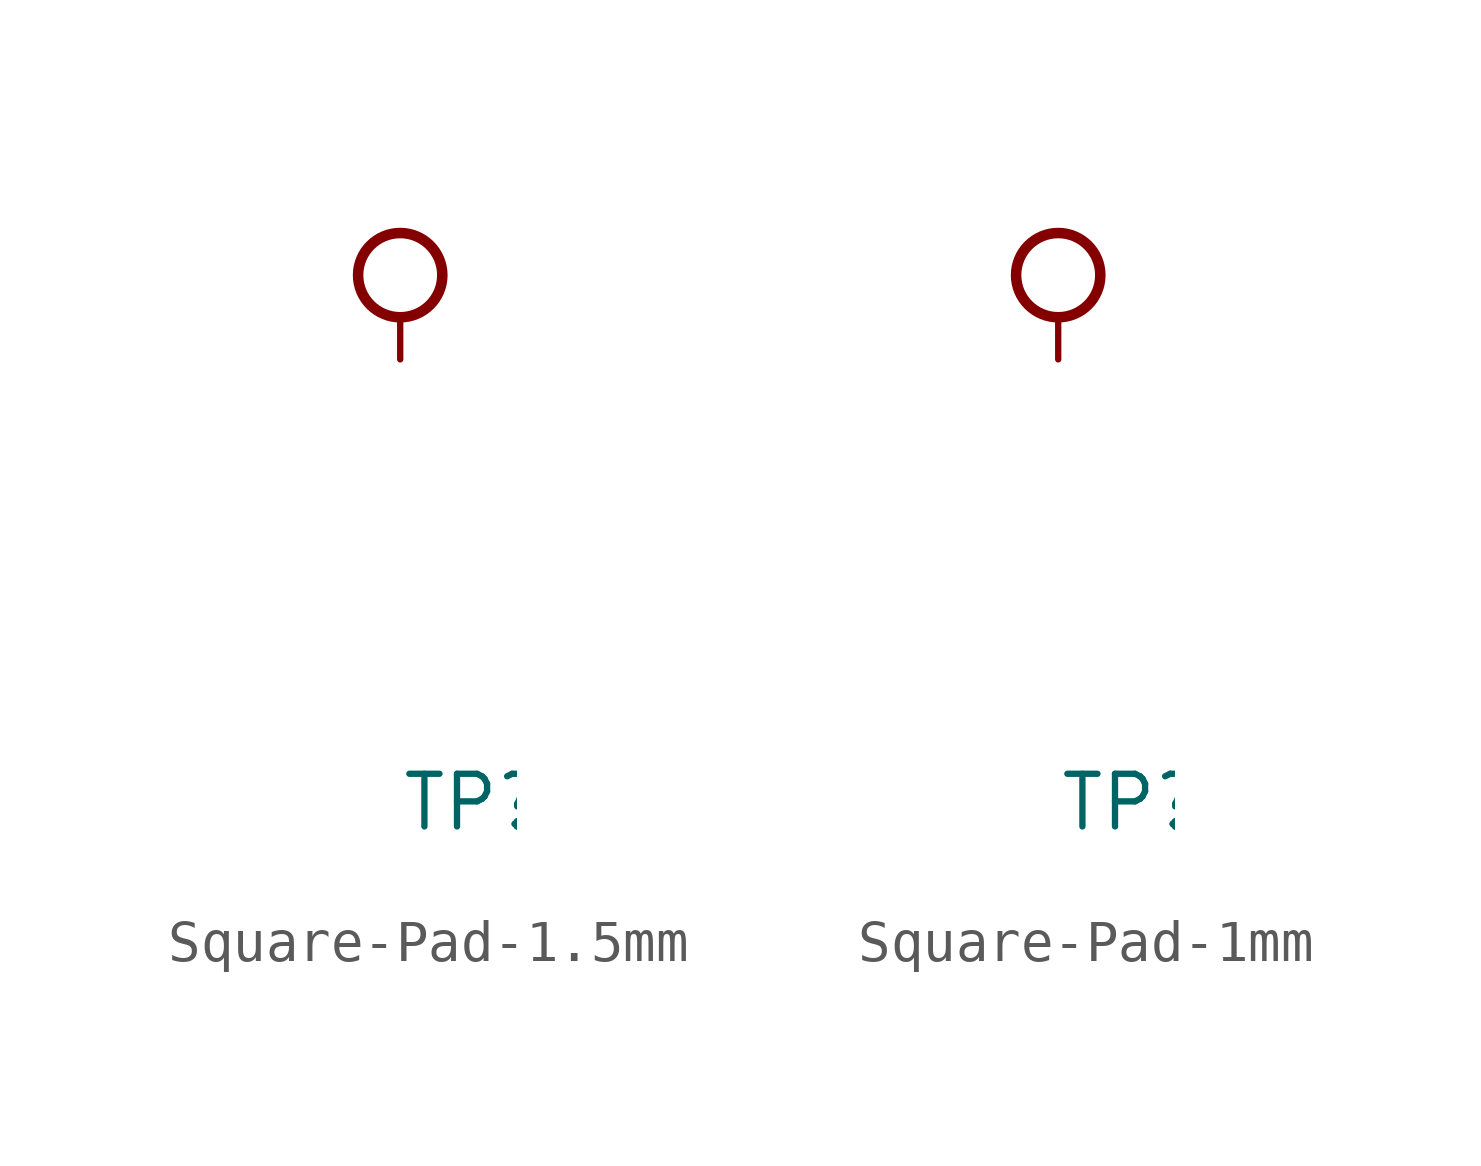
<source format=kicad_sym>
(kicad_symbol_lib
  (version 20241209)
  (generator "kicad_symbol_editor")
  (generator_version "9.0")
  (symbol "Square-Pad-1.5mm"
    (pin_numbers
      (hide yes))
    (pin_names
      (hide yes))
    (property "Reference" "TP"
      (at 0 -11.43 0)
      (effects (font (size 1.27 1.27)) (justify left bottom)))
    (symbol "Square-Pad-1.5mm_1_1"
      (circle (center 0 2.032) (radius 1.016) (stroke (width 0.254) (type default)) (fill (type none)))
      (pin passive line (at 0 0 90) (length 0.991) (name "1" (effects (font (size 1.27 1.27)))) (number "1" (effects (font (size 1.016 1.016)))))))
  (symbol "Square-Pad-1mm"
    (pin_numbers
      (hide yes))
    (pin_names
      (hide yes))
    (property "Reference" "TP"
      (at 0 -11.43 0)
      (effects (font (size 1.27 1.27)) (justify left bottom)))
    (symbol "Square-Pad-1mm_1_1"
      (circle (center 0 2.032) (radius 1.016) (stroke (width 0.254) (type default)) (fill (type none)))
      (pin passive line (at 0 0 90) (length 0.991) (name "1" (effects (font (size 1.27 1.27)))) (number "1" (effects (font (size 1.016 1.016))))))))
</source>
